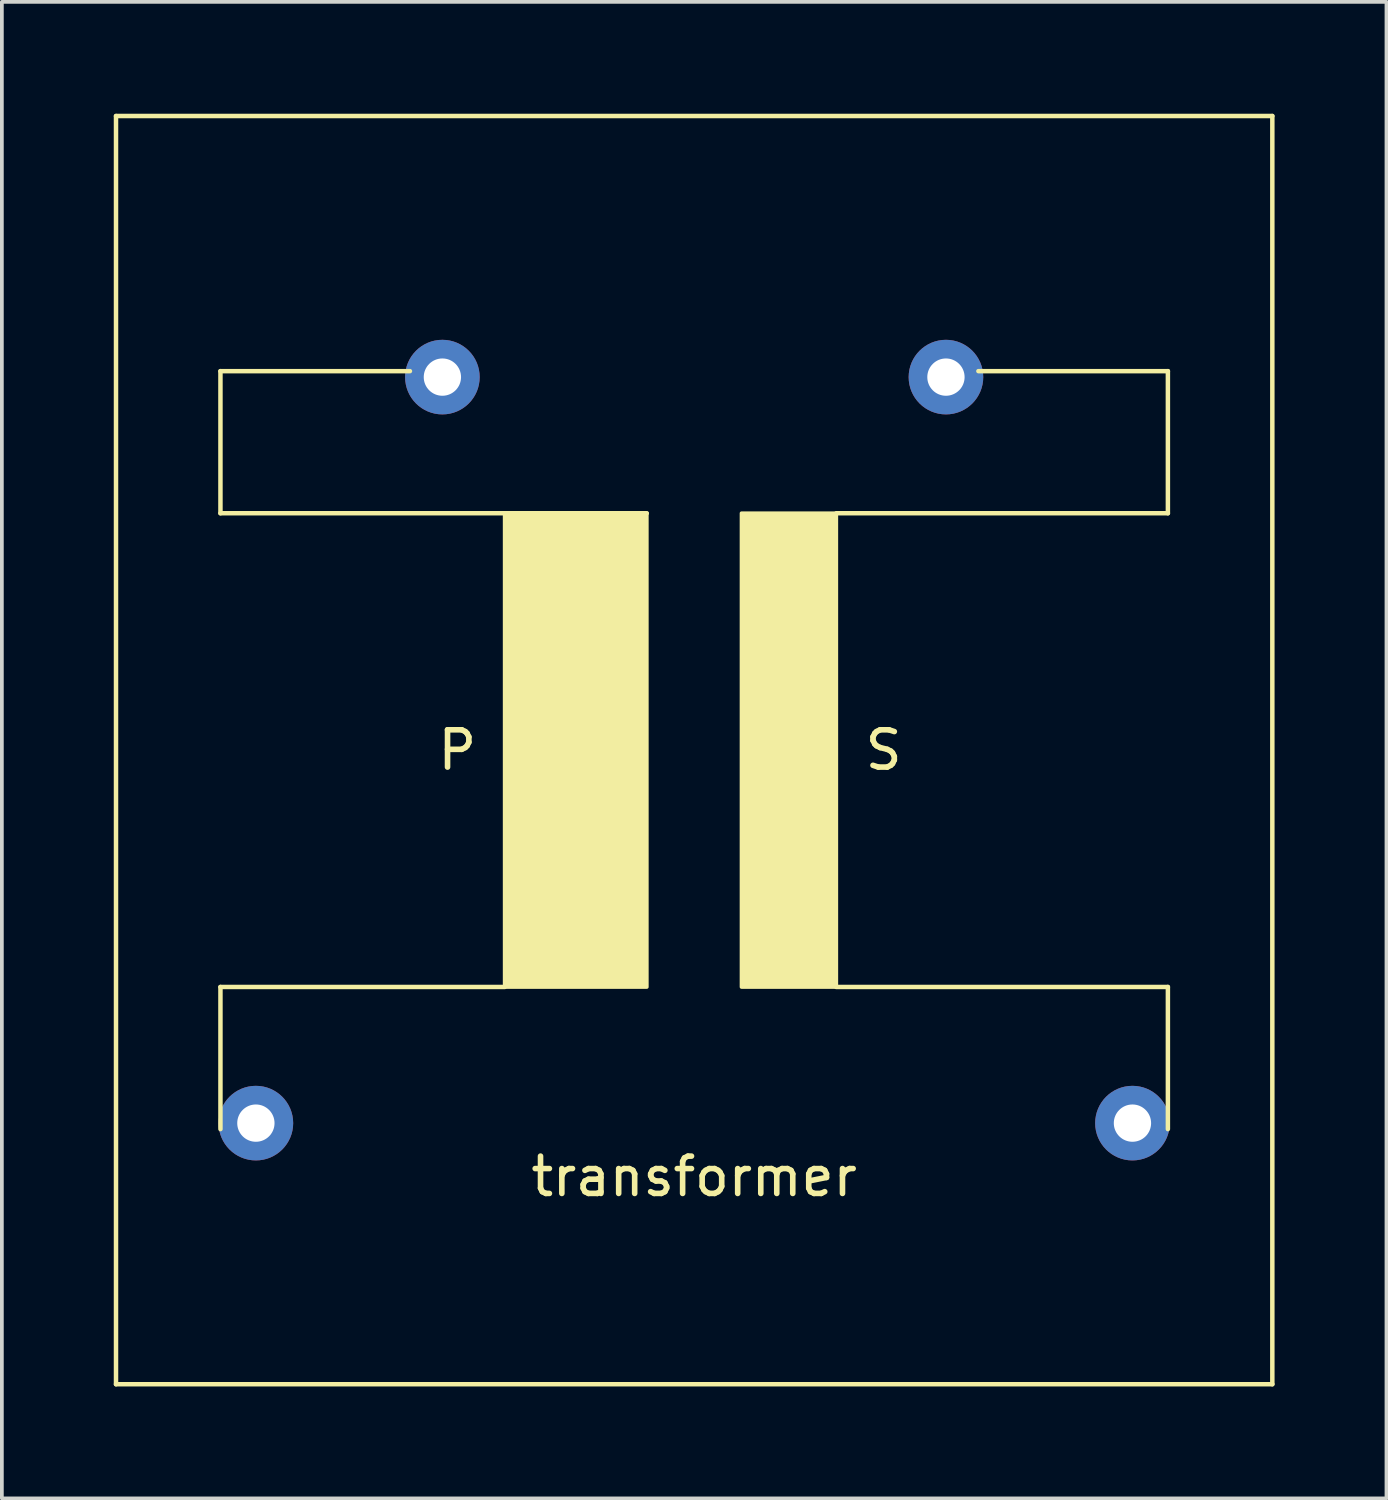
<source format=kicad_pcb>
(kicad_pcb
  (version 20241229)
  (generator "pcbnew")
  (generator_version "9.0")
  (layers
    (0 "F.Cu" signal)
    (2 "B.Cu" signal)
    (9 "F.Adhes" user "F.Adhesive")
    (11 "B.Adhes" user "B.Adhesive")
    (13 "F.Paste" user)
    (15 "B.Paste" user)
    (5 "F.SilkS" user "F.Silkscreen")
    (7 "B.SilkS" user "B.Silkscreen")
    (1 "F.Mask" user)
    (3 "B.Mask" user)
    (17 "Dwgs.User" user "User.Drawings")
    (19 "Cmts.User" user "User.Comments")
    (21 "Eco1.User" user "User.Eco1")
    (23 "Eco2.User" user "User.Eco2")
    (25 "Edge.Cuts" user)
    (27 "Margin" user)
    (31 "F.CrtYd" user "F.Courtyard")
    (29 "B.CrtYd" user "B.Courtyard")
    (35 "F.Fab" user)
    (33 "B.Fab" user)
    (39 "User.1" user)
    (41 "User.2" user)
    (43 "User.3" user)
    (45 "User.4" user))
  (footprint "transformer"
    (layer "F.Cu")
    (at 15.56 17.06)
    (property "Reference" "transformer" (at 0 11.43 0) (layer "F.SilkS") (effects (font (size 1 1) (thickness 0.15))))
    (attr through_hole)
    (fp_line (start -15.5 -17) (end -15.5 17) (stroke (width 0.12) (type solid)) (layer "F.SilkS"))
    (fp_line (start -15.5 17) (end 15.5 17) (stroke (width 0.12) (type solid)) (layer "F.SilkS"))
    (fp_line (start -12.7 -10.16) (end -7.62 -10.16) (stroke (width 0.12) (type solid)) (layer "F.SilkS"))
    (fp_line (start -12.7 -6.35) (end -12.7 -10.16) (stroke (width 0.12) (type solid)) (layer "F.SilkS"))
    (fp_line (start -12.7 6.35) (end -12.7 10.16) (stroke (width 0.12) (type solid)) (layer "F.SilkS"))
    (fp_line (start -5.08 6.35) (end -12.7 6.35) (stroke (width 0.12) (type solid)) (layer "F.SilkS"))
    (fp_line (start -1.27 -6.35) (end -12.7 -6.35) (stroke (width 0.12) (type solid)) (layer "F.SilkS"))
    (fp_line (start 3.81 -6.35) (end 12.7 -6.35) (stroke (width 0.12) (type solid)) (layer "F.SilkS"))
    (fp_line (start 3.81 6.35) (end 12.7 6.35) (stroke (width 0.12) (type solid)) (layer "F.SilkS"))
    (fp_line (start 12.7 -10.16) (end 7.62 -10.16) (stroke (width 0.12) (type solid)) (layer "F.SilkS"))
    (fp_line (start 12.7 -6.35) (end 12.7 -10.16) (stroke (width 0.12) (type solid)) (layer "F.SilkS"))
    (fp_line (start 12.7 6.35) (end 12.7 10.16) (stroke (width 0.12) (type solid)) (layer "F.SilkS"))
    (fp_line (start 15.5 -17) (end -15.5 -17) (stroke (width 0.12) (type solid)) (layer "F.SilkS"))
    (fp_line (start 15.5 -17) (end 15.5 17) (stroke (width 0.12) (type solid)) (layer "F.SilkS"))
    (fp_poly (pts (xy -1.27 6.35) (xy -5.08 6.35) (xy -5.08 -6.35) (xy -1.27 -6.35)) (stroke (width 0.1) (type solid)) (fill yes) (layer "F.SilkS"))
    (fp_poly (pts (xy 3.81 6.35) (xy 1.27 6.35) (xy 1.27 -6.35) (xy 3.81 -6.35)) (stroke (width 0.1) (type solid)) (fill yes) (layer "F.SilkS"))
    (fp_text user "P" (at -6.35 0 0) (layer "F.SilkS") (effects (font (size 1 1) (thickness 0.15))))
    (fp_text user "S" (at 5.08 0 0) (layer "F.SilkS") (effects (font (size 1 1) (thickness 0.15))))
    (pad "1" thru_hole circle (at -6.75 -10) (size 2 2) (drill 1) (layers "*.Cu" "*.Mask"))
    (pad "2" thru_hole circle (at -11.75 10) (size 2 2) (drill 1) (layers "*.Cu" "*.Mask"))
    (pad "3" thru_hole circle (at 11.75 10) (size 2 2) (drill 1) (layers "*.Cu" "*.Mask"))
    (pad "4" thru_hole circle (at 6.75 -10) (size 2 2) (drill 1) (layers "*.Cu" "*.Mask")))
  (gr_rect
    (start -3 -3)
    (end 34.12 37.12)
    (stroke (width 0.1) (type default))
    (fill no)
    (layer "Edge.Cuts")))
</source>
